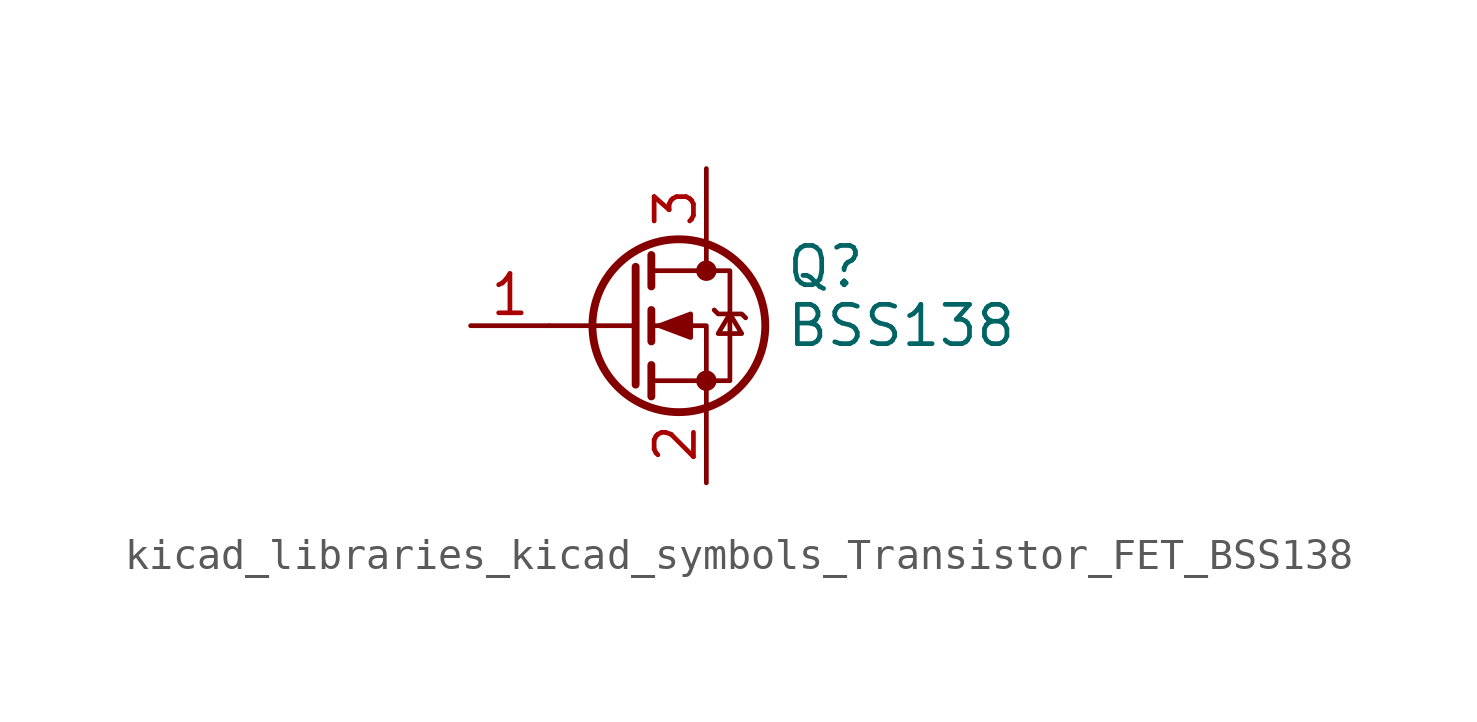
<source format=kicad_sym>
(kicad_symbol_lib
  (version 20220914)
  (generator kicad_symbol_editor)
  (symbol "kicad_libraries_kicad_symbols_Transistor_FET_BSS138"
    (pin_names hide)
    (property "Reference" "Q"
      (at 5.08 1.905 0)
      (effects (font (size 1.27 1.27)) (justify left)))
    (property "Value" "BSS138"
      (at 5.08 0 0)
      (effects (font (size 1.27 1.27)) (justify left)))
    (symbol "kicad_libraries_kicad_symbols_Transistor_FET_BSS138_0_1"
      (polyline (pts (xy 0.254 0) (xy -2.54 0)) (stroke (width 0) (type default)) (fill (type none)))
      (polyline (pts (xy 0.254 1.905) (xy 0.254 -1.905)) (stroke (width 0.254) (type default)) (fill (type none)))
      (polyline (pts (xy 0.762 -1.27) (xy 0.762 -2.286)) (stroke (width 0.254) (type default)) (fill (type none)))
      (polyline (pts (xy 0.762 0.508) (xy 0.762 -0.508)) (stroke (width 0.254) (type default)) (fill (type none)))
      (polyline (pts (xy 0.762 2.286) (xy 0.762 1.27)) (stroke (width 0.254) (type default)) (fill (type none)))
      (polyline (pts (xy 2.54 2.54) (xy 2.54 1.778)) (stroke (width 0) (type default)) (fill (type none)))
      (polyline (pts (xy 2.54 -2.54) (xy 2.54 0) (xy 0.762 0)) (stroke (width 0) (type default)) (fill (type none)))
      (polyline (pts (xy 0.762 -1.778) (xy 3.302 -1.778) (xy 3.302 1.778) (xy 0.762 1.778)) (stroke (width 0) (type default)) (fill (type none)))
      (polyline (pts (xy 1.016 0) (xy 2.032 0.381) (xy 2.032 -0.381) (xy 1.016 0)) (stroke (width 0) (type default)) (fill (type outline)))
      (polyline (pts (xy 2.794 0.508) (xy 2.921 0.381) (xy 3.683 0.381) (xy 3.81 0.254)) (stroke (width 0) (type default)) (fill (type none)))
      (polyline (pts (xy 3.302 0.381) (xy 2.921 -0.254) (xy 3.683 -0.254) (xy 3.302 0.381)) (stroke (width 0) (type default)) (fill (type none)))
      (circle (center 1.651 0) (radius 2.794) (stroke (width 0.254) (type default)) (fill (type none)))
      (circle (center 2.54 -1.778) (radius 0.254) (stroke (width 0) (type default)) (fill (type outline)))
      (circle (center 2.54 1.778) (radius 0.254) (stroke (width 0) (type default)) (fill (type outline))))
    (symbol "kicad_libraries_kicad_symbols_Transistor_FET_BSS138_1_1"
      (pin input line (at -5.08 0 0) (length 2.54) (name "G" (effects (font (size 1.27 1.27)))) (number "1" (effects (font (size 1.27 1.27)))))
      (pin passive line (at 2.54 -5.08 90) (length 2.54) (name "S" (effects (font (size 1.27 1.27)))) (number "2" (effects (font (size 1.27 1.27)))))
      (pin passive line (at 2.54 5.08 270) (length 2.54) (name "D" (effects (font (size 1.27 1.27)))) (number "3" (effects (font (size 1.27 1.27))))))))
</source>
